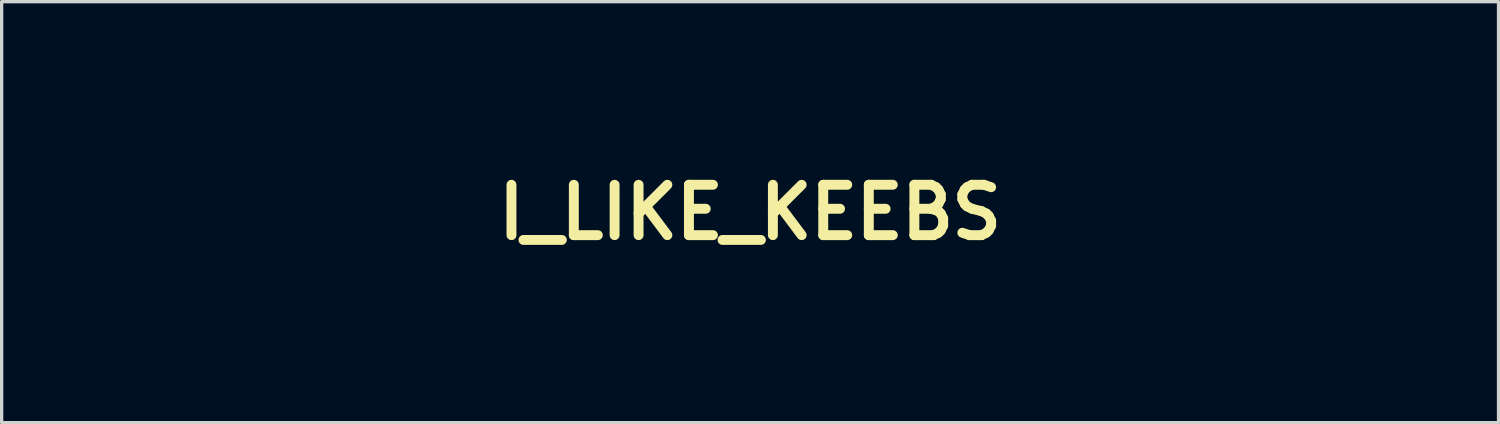
<source format=kicad_pcb>
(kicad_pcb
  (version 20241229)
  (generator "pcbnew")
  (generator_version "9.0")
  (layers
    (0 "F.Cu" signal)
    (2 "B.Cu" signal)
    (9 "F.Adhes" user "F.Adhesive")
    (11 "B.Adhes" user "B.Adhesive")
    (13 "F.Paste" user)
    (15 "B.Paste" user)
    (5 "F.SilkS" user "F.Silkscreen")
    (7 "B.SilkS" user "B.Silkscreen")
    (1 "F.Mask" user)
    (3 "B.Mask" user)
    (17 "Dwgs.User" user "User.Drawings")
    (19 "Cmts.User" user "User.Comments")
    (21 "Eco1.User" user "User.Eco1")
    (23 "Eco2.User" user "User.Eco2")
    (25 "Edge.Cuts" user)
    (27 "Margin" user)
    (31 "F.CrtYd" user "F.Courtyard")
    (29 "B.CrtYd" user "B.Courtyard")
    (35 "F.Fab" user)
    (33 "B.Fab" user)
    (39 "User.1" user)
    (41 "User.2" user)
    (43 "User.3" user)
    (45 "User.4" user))
  (footprint "I_LIKE_KEEBS"
    (layer "F.Cu")
    (at 19.648 3.376)
    (property "Reference" "I_LIKE_KEEBS" (at 0 0 0) (layer "F.SilkS") (effects (font (size 1.524 1.524) (thickness 0.3))))
    (attr through_hole)
    (fp_poly (pts (xy -11.261 3.302) (xy -12.446 3.302) (xy -12.446 -3.302) (xy -11.261 -3.302) (xy -11.261 3.302)) (stroke (width 0.01) (type solid)) (fill yes) (layer "F.Mask"))
    (fp_poly (pts (xy -18.457 3.302) (xy -19.643 3.302) (xy -19.642 0.445) (xy -19.64 -0.257) (xy -19.636 -0.922) (xy -19.628 -1.529) (xy -19.619 -2.052) (xy -19.608 -2.469) (xy -19.596 -2.755) (xy -19.588 -2.857) (xy -19.534 -3.302) (xy -18.457 -3.302) (xy -18.457 3.302)) (stroke (width 0.01) (type solid)) (fill yes) (layer "F.Mask"))
    (fp_poly (pts (xy -2.879 -2.201) (xy -4.826 -2.201) (xy -4.826 -0.593) (xy -2.879 -0.593) (xy -2.879 0.508) (xy -4.826 0.508) (xy -4.826 2.201) (xy -2.879 2.201) (xy -2.879 3.302) (xy -6.011 3.302) (xy -6.011 -3.302) (xy -2.879 -3.302) (xy -2.879 -2.201)) (stroke (width 0.01) (type solid)) (fill yes) (layer "F.Mask"))
    (fp_poly (pts (xy 6.943 -2.201) (xy 4.995 -2.201) (xy 4.995 -0.593) (xy 6.943 -0.593) (xy 6.943 0.508) (xy 4.995 0.508) (xy 4.995 2.201) (xy 6.943 2.201) (xy 6.943 3.302) (xy 3.81 3.302) (xy 3.81 -3.302) (xy 6.943 -3.302) (xy 6.943 -2.201)) (stroke (width 0.01) (type solid)) (fill yes) (layer "F.Mask"))
    (fp_poly (pts (xy 10.922 -2.201) (xy 8.975 -2.201) (xy 8.975 -0.593) (xy 10.922 -0.593) (xy 10.922 0.508) (xy 8.975 0.508) (xy 8.975 2.201) (xy 10.922 2.201) (xy 10.922 3.302) (xy 7.789 3.302) (xy 7.789 -3.302) (xy 10.922 -3.302) (xy 10.922 -2.201)) (stroke (width 0.01) (type solid)) (fill yes) (layer "F.Mask"))
    (fp_poly (pts (xy -15.028 2.159) (xy -14.034 2.183) (xy -13.039 2.207) (xy -13.039 3.302) (xy -16.256 3.302) (xy -16.256 0.52) (xy -16.254 -0.176) (xy -16.25 -0.842) (xy -16.242 -1.451) (xy -16.233 -1.979) (xy -16.221 -2.4) (xy -16.209 -2.691) (xy -16.202 -2.782) (xy -16.147 -3.302) (xy -15.073 -3.302) (xy -15.028 2.159)) (stroke (width 0.01) (type solid)) (fill yes) (layer "F.Mask"))
    (fp_poly (pts (xy -9.295 -2.181) (xy -9.271 -1.059) (xy -8.532 -2.181) (xy -7.793 -3.302) (xy -6.603 -3.302) (xy -7.04 -2.603) (xy -7.293 -2.2) (xy -7.571 -1.755) (xy -7.823 -1.351) (xy -7.874 -1.27) (xy -8.271 -0.635) (xy -7.353 1.307) (xy -7.103 1.835) (xy -6.879 2.311) (xy -6.691 2.714) (xy -6.548 3.022) (xy -6.46 3.216) (xy -6.435 3.275) (xy -6.512 3.288) (xy -6.718 3.298) (xy -7.009 3.302) (xy -7.058 3.302) (xy -7.682 3.302) (xy -8.297 1.968) (xy -8.499 1.531) (xy -8.678 1.149) (xy -8.821 0.848) (xy -8.916 0.655) (xy -8.949 0.594) (xy -9.019 0.624) (xy -9.139 0.752) (xy -9.148 0.763) (xy -9.214 0.869) (xy -9.26 1.004) (xy -9.288 1.202) (xy -9.304 1.491) (xy -9.311 1.905) (xy -9.311 2.138) (xy -9.313 3.302) (xy -10.526 3.302) (xy -10.47 1.079) (xy -10.454 0.409) (xy -10.44 -0.273) (xy -10.429 -0.926) (xy -10.42 -1.513) (xy -10.415 -1.994) (xy -10.414 -2.223) (xy -10.414 -3.302) (xy -9.318 -3.302) (xy -9.295 -2.181)) (stroke (width 0.01) (type solid)) (fill yes) (layer "F.Mask"))
    (fp_poly (pts (xy 3.005 -3.305) (xy 3.101 -3.282) (xy 3.133 -3.216) (xy 3.097 -3.091) (xy 2.99 -2.888) (xy 2.807 -2.587) (xy 2.545 -2.171) (xy 2.328 -1.828) (xy 2.085 -1.436) (xy 1.876 -1.095) (xy 1.718 -0.83) (xy 1.626 -0.667) (xy 1.609 -0.628) (xy 1.643 -0.54) (xy 1.741 -0.32) (xy 1.891 0.01) (xy 2.085 0.428) (xy 2.311 0.914) (xy 2.498 1.31) (xy 2.743 1.833) (xy 2.962 2.304) (xy 3.146 2.703) (xy 3.284 3.007) (xy 3.367 3.196) (xy 3.387 3.249) (xy 3.309 3.275) (xy 3.104 3.294) (xy 2.814 3.302) (xy 2.773 3.302) (xy 2.159 3.302) (xy 1.535 1.947) (xy 1.33 1.509) (xy 1.147 1.131) (xy 0.998 0.835) (xy 0.896 0.648) (xy 0.854 0.593) (xy 0.778 0.658) (xy 0.666 0.817) (xy 0.653 0.839) (xy 0.59 0.978) (xy 0.548 1.166) (xy 0.522 1.434) (xy 0.51 1.816) (xy 0.508 2.193) (xy 0.508 3.302) (xy -0.593 3.302) (xy -0.593 -3.302) (xy 0.593 -3.302) (xy 0.593 -1.069) (xy 1.321 -2.185) (xy 2.049 -3.302) (xy 2.636 -3.302) (xy 2.849 -3.306) (xy 3.005 -3.305)) (stroke (width 0.01) (type solid)) (fill yes) (layer "F.Mask"))
    (fp_poly (pts (xy 12.933 -3.3) (xy 13.516 -3.29) (xy 13.963 -3.255) (xy 14.308 -3.187) (xy 14.583 -3.075) (xy 14.823 -2.911) (xy 15.046 -2.698) (xy 15.289 -2.363) (xy 15.476 -1.957) (xy 15.572 -1.557) (xy 15.579 -1.441) (xy 15.513 -1.03) (xy 15.335 -0.6) (xy 15.183 -0.362) (xy 14.981 -0.089) (xy 15.214 0.264) (xy 15.409 0.694) (xy 15.494 1.195) (xy 15.466 1.706) (xy 15.327 2.155) (xy 15.062 2.556) (xy 14.703 2.902) (xy 14.303 3.147) (xy 14.151 3.204) (xy 13.936 3.243) (xy 13.599 3.274) (xy 13.189 3.295) (xy 12.796 3.302) (xy 11.769 3.302) (xy 11.769 2.201) (xy 12.948 2.201) (xy 13.269 2.201) (xy 13.571 2.16) (xy 13.867 2.061) (xy 13.883 2.053) (xy 14.168 1.836) (xy 14.319 1.564) (xy 14.348 1.266) (xy 14.266 0.974) (xy 14.085 0.719) (xy 13.817 0.53) (xy 13.473 0.438) (xy 13.263 0.44) (xy 12.996 0.466) (xy 12.972 1.333) (xy 12.948 2.201) (xy 11.769 2.201) (xy 11.769 -0.677) (xy 12.947 -0.677) (xy 13.423 -0.677) (xy 13.718 -0.69) (xy 13.915 -0.744) (xy 14.08 -0.862) (xy 14.146 -0.925) (xy 14.347 -1.222) (xy 14.384 -1.533) (xy 14.254 -1.84) (xy 14.198 -1.911) (xy 14.061 -2.042) (xy 13.9 -2.113) (xy 13.656 -2.143) (xy 13.5 -2.148) (xy 12.996 -2.159) (xy 12.972 -1.418) (xy 12.947 -0.677) (xy 11.769 -0.677) (xy 11.769 -3.302) (xy 12.933 -3.3)) (stroke (width 0.01) (type solid)) (fill yes) (layer "F.Mask"))
    (fp_poly (pts (xy 18.081 -3.358) (xy 18.379 -3.29) (xy 18.864 -3.064) (xy 19.236 -2.715) (xy 19.491 -2.251) (xy 19.624 -1.679) (xy 19.643 -1.328) (xy 19.643 -0.677) (xy 18.542 -0.677) (xy 18.542 -1.103) (xy 18.494 -1.585) (xy 18.352 -1.937) (xy 18.12 -2.152) (xy 18.04 -2.187) (xy 17.716 -2.229) (xy 17.444 -2.136) (xy 17.241 -1.941) (xy 17.126 -1.676) (xy 17.117 -1.372) (xy 17.233 -1.061) (xy 17.321 -0.938) (xy 17.5 -0.778) (xy 17.779 -0.581) (xy 18.106 -0.385) (xy 18.197 -0.337) (xy 18.751 -0.018) (xy 19.156 0.293) (xy 19.427 0.619) (xy 19.58 0.981) (xy 19.633 1.402) (xy 19.628 1.61) (xy 19.53 2.17) (xy 19.298 2.631) (xy 18.925 3.009) (xy 18.798 3.099) (xy 18.422 3.269) (xy 17.972 3.358) (xy 17.517 3.359) (xy 17.124 3.266) (xy 17.103 3.257) (xy 16.635 2.957) (xy 16.275 2.536) (xy 16.036 2.013) (xy 15.939 1.509) (xy 15.894 1.016) (xy 17.103 1.016) (xy 17.103 1.386) (xy 17.164 1.767) (xy 17.334 2.044) (xy 17.589 2.198) (xy 17.907 2.213) (xy 18.102 2.154) (xy 18.338 1.974) (xy 18.456 1.74) (xy 18.5 1.461) (xy 18.419 1.221) (xy 18.2 0.996) (xy 17.859 0.781) (xy 17.548 0.605) (xy 17.188 0.392) (xy 16.952 0.248) (xy 16.514 -0.105) (xy 16.21 -0.515) (xy 16.03 -0.963) (xy 15.968 -1.427) (xy 16.013 -1.886) (xy 16.158 -2.319) (xy 16.394 -2.705) (xy 16.713 -3.023) (xy 17.106 -3.252) (xy 17.565 -3.371) (xy 18.081 -3.358)) (stroke (width 0.01) (type solid)) (fill yes) (layer "F.Mask")))
  (gr_rect
    (start -3 -3)
    (end 42.295 9.74)
    (stroke (width 0.1) (type default))
    (fill no)
    (layer "Edge.Cuts")))
</source>
